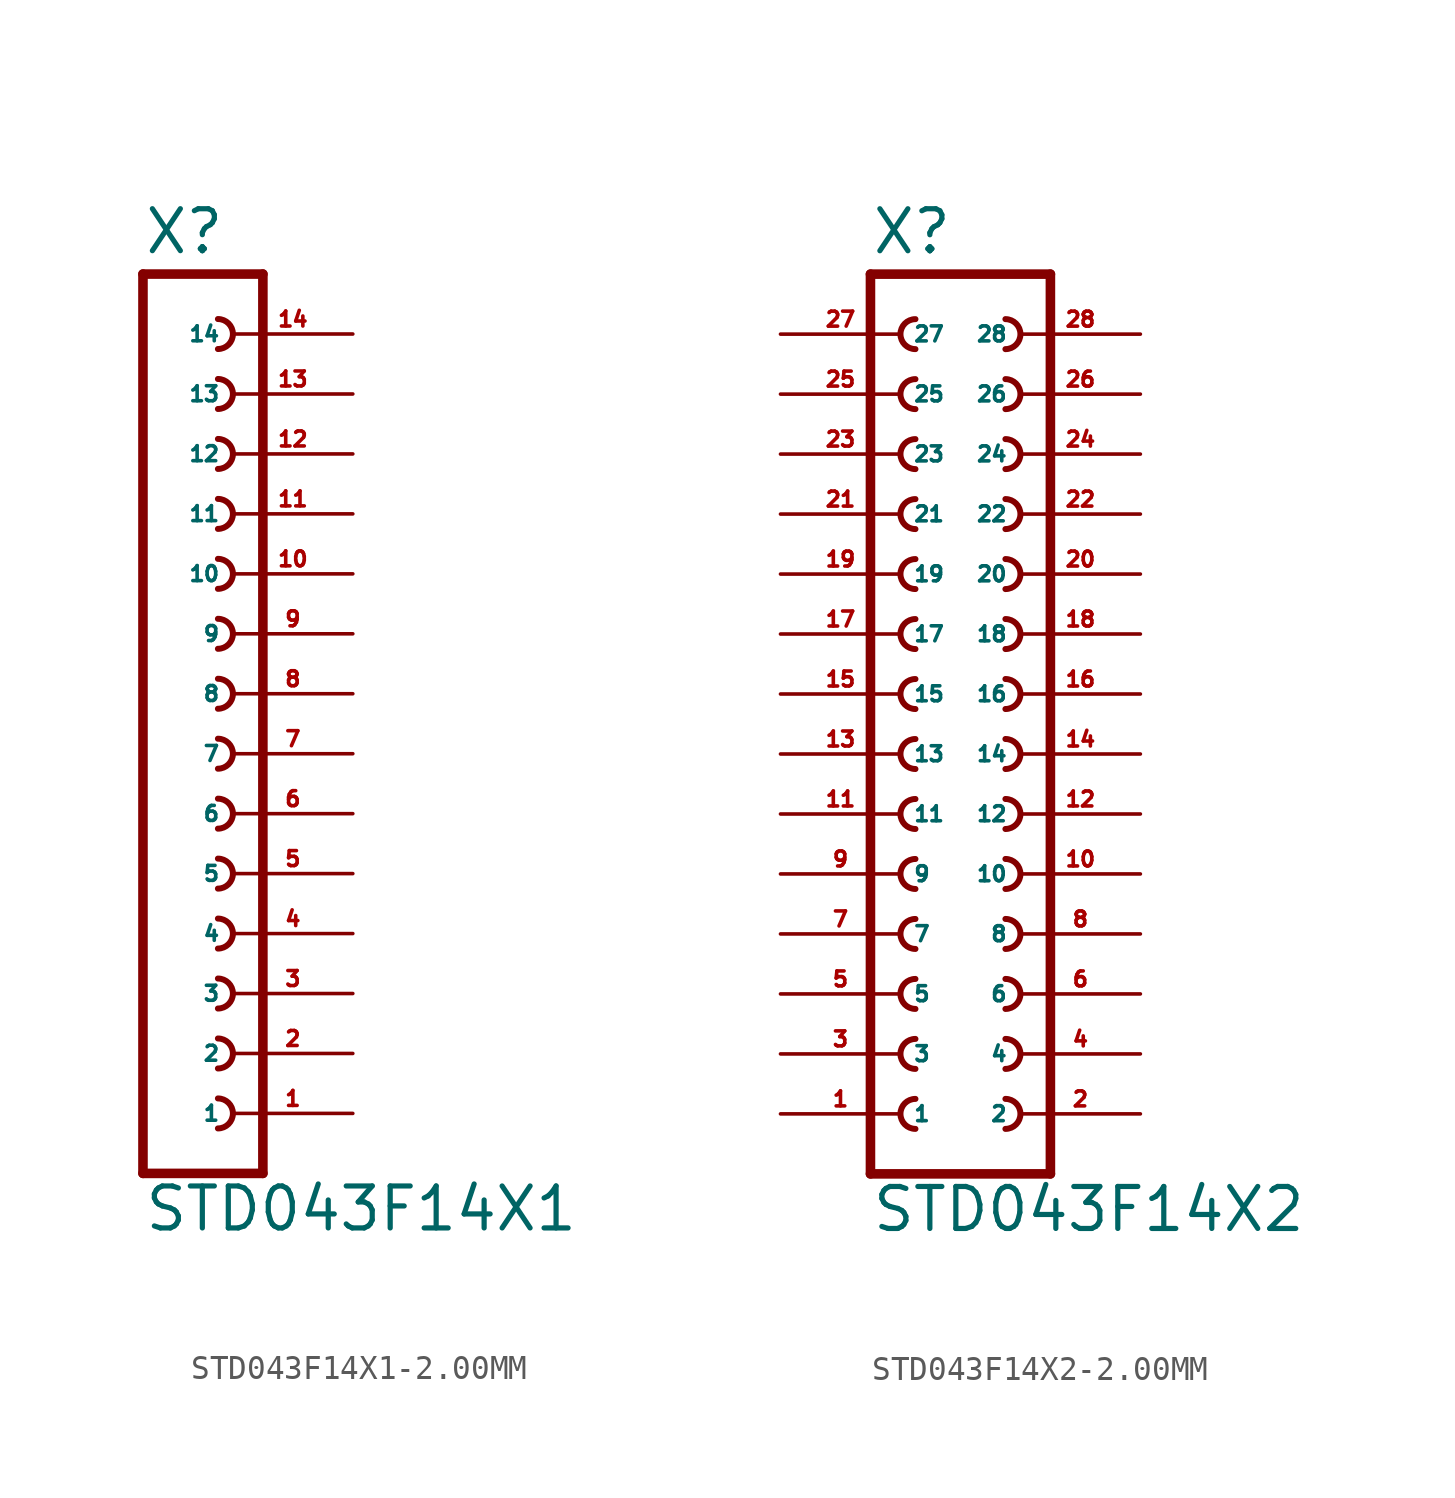
<source format=kicad_sym>
(kicad_symbol_lib
  (version 20220914)
  (generator Eagle2Kicad)
  (symbol "STD043F14X1-2.00MM"
    (property "Reference" "X"
      (at -1.27 18.542 0)
      (effects (font (size 1.778 1.778) (thickness 0.22)) (justify left bottom)))
    (property "Value" "STD043F14X1"
      (at -1.27 -22.86 0)
      (effects (font (size 1.778 1.778) (thickness 0.22)) (justify left bottom)))
    (polyline
      (pts (xy 3.81 -20.32) (xy -1.27 -20.32))
      (stroke (width 0.406) (type default))
      (fill (type none)))
    (arc
      (start 1.905 -15.875)
      (mid 2.540 -15.240)
      (end 1.905 -14.605)
      (stroke (width 0.254) (type default))
      (fill (type none)))
    (arc
      (start 1.905 -18.415)
      (mid 2.540 -17.780)
      (end 1.905 -17.145)
      (stroke (width 0.254) (type default))
      (fill (type none)))
    (arc
      (start 1.905 -8.255)
      (mid 2.540 -7.620)
      (end 1.905 -6.985)
      (stroke (width 0.254) (type default))
      (fill (type none)))
    (arc
      (start 1.905 -10.795)
      (mid 2.540 -10.160)
      (end 1.905 -9.525)
      (stroke (width 0.254) (type default))
      (fill (type none)))
    (arc
      (start 1.905 -13.335)
      (mid 2.540 -12.700)
      (end 1.905 -12.065)
      (stroke (width 0.254) (type default))
      (fill (type none)))
    (arc
      (start 1.905 -3.175)
      (mid 2.540 -2.540)
      (end 1.905 -1.905)
      (stroke (width 0.254) (type default))
      (fill (type none)))
    (arc
      (start 1.905 -5.715)
      (mid 2.540 -5.080)
      (end 1.905 -4.445)
      (stroke (width 0.254) (type default))
      (fill (type none)))
    (arc
      (start 1.905 4.445)
      (mid 2.540 5.080)
      (end 1.905 5.715)
      (stroke (width 0.254) (type default))
      (fill (type none)))
    (arc
      (start 1.905 1.905)
      (mid 2.540 2.540)
      (end 1.905 3.175)
      (stroke (width 0.254) (type default))
      (fill (type none)))
    (arc
      (start 1.905 -0.635)
      (mid 2.540 0.000)
      (end 1.905 0.635)
      (stroke (width 0.254) (type default))
      (fill (type none)))
    (arc
      (start 1.905 9.525)
      (mid 2.540 10.160)
      (end 1.905 10.795)
      (stroke (width 0.254) (type default))
      (fill (type none)))
    (arc
      (start 1.905 6.985)
      (mid 2.540 7.620)
      (end 1.905 8.255)
      (stroke (width 0.254) (type default))
      (fill (type none)))
    (arc
      (start 1.905 14.605)
      (mid 2.540 15.240)
      (end 1.905 15.875)
      (stroke (width 0.254) (type default))
      (fill (type none)))
    (arc
      (start 1.905 12.065)
      (mid 2.540 12.700)
      (end 1.905 13.335)
      (stroke (width 0.254) (type default))
      (fill (type none)))
    (polyline
      (pts (xy -1.27 17.78) (xy -1.27 -20.32))
      (stroke (width 0.406) (type default))
      (fill (type none)))
    (polyline
      (pts (xy 3.81 -20.32) (xy 3.81 17.78))
      (stroke (width 0.406) (type default))
      (fill (type none)))
    (polyline
      (pts (xy -1.27 17.78) (xy 3.81 17.78))
      (stroke (width 0.406) (type default))
      (fill (type none)))
    (pin passive line
      (at 7.62 -17.78 180)
      (length 5.08)
      (name "1" (effects (font (size 0.635 0.635) (thickness 0.08)) (justify left bottom)))
      (number "1" (effects (font (size 0.635 0.635) (thickness 0.08)) (justify left bottom))))
    (pin passive line
      (at 7.62 -15.24 180)
      (length 5.08)
      (name "2" (effects (font (size 0.635 0.635) (thickness 0.08)) (justify left bottom)))
      (number "2" (effects (font (size 0.635 0.635) (thickness 0.08)) (justify left bottom))))
    (pin passive line
      (at 7.62 -12.7 180)
      (length 5.08)
      (name "3" (effects (font (size 0.635 0.635) (thickness 0.08)) (justify left bottom)))
      (number "3" (effects (font (size 0.635 0.635) (thickness 0.08)) (justify left bottom))))
    (pin passive line
      (at 7.62 -10.16 180)
      (length 5.08)
      (name "4" (effects (font (size 0.635 0.635) (thickness 0.08)) (justify left bottom)))
      (number "4" (effects (font (size 0.635 0.635) (thickness 0.08)) (justify left bottom))))
    (pin passive line
      (at 7.62 -7.62 180)
      (length 5.08)
      (name "5" (effects (font (size 0.635 0.635) (thickness 0.08)) (justify left bottom)))
      (number "5" (effects (font (size 0.635 0.635) (thickness 0.08)) (justify left bottom))))
    (pin passive line
      (at 7.62 -5.08 180)
      (length 5.08)
      (name "6" (effects (font (size 0.635 0.635) (thickness 0.08)) (justify left bottom)))
      (number "6" (effects (font (size 0.635 0.635) (thickness 0.08)) (justify left bottom))))
    (pin passive line
      (at 7.62 -2.54 180)
      (length 5.08)
      (name "7" (effects (font (size 0.635 0.635) (thickness 0.08)) (justify left bottom)))
      (number "7" (effects (font (size 0.635 0.635) (thickness 0.08)) (justify left bottom))))
    (pin passive line
      (at 7.62 0 180)
      (length 5.08)
      (name "8" (effects (font (size 0.635 0.635) (thickness 0.08)) (justify left bottom)))
      (number "8" (effects (font (size 0.635 0.635) (thickness 0.08)) (justify left bottom))))
    (pin passive line
      (at 7.62 2.54 180)
      (length 5.08)
      (name "9" (effects (font (size 0.635 0.635) (thickness 0.08)) (justify left bottom)))
      (number "9" (effects (font (size 0.635 0.635) (thickness 0.08)) (justify left bottom))))
    (pin passive line
      (at 7.62 5.08 180)
      (length 5.08)
      (name "10" (effects (font (size 0.635 0.635) (thickness 0.08)) (justify left bottom)))
      (number "10" (effects (font (size 0.635 0.635) (thickness 0.08)) (justify left bottom))))
    (pin passive line
      (at 7.62 7.62 180)
      (length 5.08)
      (name "11" (effects (font (size 0.635 0.635) (thickness 0.08)) (justify left bottom)))
      (number "11" (effects (font (size 0.635 0.635) (thickness 0.08)) (justify left bottom))))
    (pin passive line
      (at 7.62 10.16 180)
      (length 5.08)
      (name "12" (effects (font (size 0.635 0.635) (thickness 0.08)) (justify left bottom)))
      (number "12" (effects (font (size 0.635 0.635) (thickness 0.08)) (justify left bottom))))
    (pin passive line
      (at 7.62 12.7 180)
      (length 5.08)
      (name "13" (effects (font (size 0.635 0.635) (thickness 0.08)) (justify left bottom)))
      (number "13" (effects (font (size 0.635 0.635) (thickness 0.08)) (justify left bottom))))
    (pin passive line
      (at 7.62 15.24 180)
      (length 5.08)
      (name "14" (effects (font (size 0.635 0.635) (thickness 0.08)) (justify left bottom)))
      (number "14" (effects (font (size 0.635 0.635) (thickness 0.08)) (justify left bottom)))))
  (symbol "STD043F14X2-2.00MM"
    (property "Reference" "X"
      (at -3.81 18.542 0)
      (effects (font (size 1.778 1.778) (thickness 0.22)) (justify left bottom)))
    (property "Value" "STD043F14X2"
      (at -3.81 -22.86 0)
      (effects (font (size 1.778 1.778) (thickness 0.22)) (justify left bottom)))
    (polyline
      (pts (xy 3.81 -20.32) (xy -3.81 -20.32))
      (stroke (width 0.406) (type default))
      (fill (type none)))
    (arc
      (start -1.905 -17.145)
      (mid -2.540 -17.780)
      (end -1.905 -18.415)
      (stroke (width 0.254) (type default))
      (fill (type none)))
    (arc
      (start 1.905 -18.415)
      (mid 2.540 -17.780)
      (end 1.905 -17.145)
      (stroke (width 0.254) (type default))
      (fill (type none)))
    (arc
      (start -1.905 -12.065)
      (mid -2.540 -12.700)
      (end -1.905 -13.335)
      (stroke (width 0.254) (type default))
      (fill (type none)))
    (arc
      (start -1.905 -14.605)
      (mid -2.540 -15.240)
      (end -1.905 -15.875)
      (stroke (width 0.254) (type default))
      (fill (type none)))
    (arc
      (start 1.905 -13.335)
      (mid 2.540 -12.700)
      (end 1.905 -12.065)
      (stroke (width 0.254) (type default))
      (fill (type none)))
    (arc
      (start 1.905 -15.875)
      (mid 2.540 -15.240)
      (end 1.905 -14.605)
      (stroke (width 0.254) (type default))
      (fill (type none)))
    (arc
      (start -1.905 -4.445)
      (mid -2.540 -5.080)
      (end -1.905 -5.715)
      (stroke (width 0.254) (type default))
      (fill (type none)))
    (arc
      (start -1.905 -6.985)
      (mid -2.540 -7.620)
      (end -1.905 -8.255)
      (stroke (width 0.254) (type default))
      (fill (type none)))
    (arc
      (start -1.905 -9.525)
      (mid -2.540 -10.160)
      (end -1.905 -10.795)
      (stroke (width 0.254) (type default))
      (fill (type none)))
    (arc
      (start 1.905 -5.715)
      (mid 2.540 -5.080)
      (end 1.905 -4.445)
      (stroke (width 0.254) (type default))
      (fill (type none)))
    (arc
      (start 1.905 -8.255)
      (mid 2.540 -7.620)
      (end 1.905 -6.985)
      (stroke (width 0.254) (type default))
      (fill (type none)))
    (arc
      (start 1.905 -10.795)
      (mid 2.540 -10.160)
      (end 1.905 -9.525)
      (stroke (width 0.254) (type default))
      (fill (type none)))
    (arc
      (start -1.905 0.635)
      (mid -2.540 0.000)
      (end -1.905 -0.635)
      (stroke (width 0.254) (type default))
      (fill (type none)))
    (arc
      (start -1.905 -1.905)
      (mid -2.540 -2.540)
      (end -1.905 -3.175)
      (stroke (width 0.254) (type default))
      (fill (type none)))
    (arc
      (start 1.905 -0.635)
      (mid 2.540 0.000)
      (end 1.905 0.635)
      (stroke (width 0.254) (type default))
      (fill (type none)))
    (arc
      (start 1.905 -3.175)
      (mid 2.540 -2.540)
      (end 1.905 -1.905)
      (stroke (width 0.254) (type default))
      (fill (type none)))
    (arc
      (start -1.905 8.255)
      (mid -2.540 7.620)
      (end -1.905 6.985)
      (stroke (width 0.254) (type default))
      (fill (type none)))
    (arc
      (start -1.905 5.715)
      (mid -2.540 5.080)
      (end -1.905 4.445)
      (stroke (width 0.254) (type default))
      (fill (type none)))
    (arc
      (start -1.905 3.175)
      (mid -2.540 2.540)
      (end -1.905 1.905)
      (stroke (width 0.254) (type default))
      (fill (type none)))
    (arc
      (start 1.905 6.985)
      (mid 2.540 7.620)
      (end 1.905 8.255)
      (stroke (width 0.254) (type default))
      (fill (type none)))
    (arc
      (start 1.905 4.445)
      (mid 2.540 5.080)
      (end 1.905 5.715)
      (stroke (width 0.254) (type default))
      (fill (type none)))
    (arc
      (start 1.905 1.905)
      (mid 2.540 2.540)
      (end 1.905 3.175)
      (stroke (width 0.254) (type default))
      (fill (type none)))
    (arc
      (start -1.905 13.335)
      (mid -2.540 12.700)
      (end -1.905 12.065)
      (stroke (width 0.254) (type default))
      (fill (type none)))
    (arc
      (start -1.905 10.795)
      (mid -2.540 10.160)
      (end -1.905 9.525)
      (stroke (width 0.254) (type default))
      (fill (type none)))
    (arc
      (start 1.905 12.065)
      (mid 2.540 12.700)
      (end 1.905 13.335)
      (stroke (width 0.254) (type default))
      (fill (type none)))
    (arc
      (start 1.905 9.525)
      (mid 2.540 10.160)
      (end 1.905 10.795)
      (stroke (width 0.254) (type default))
      (fill (type none)))
    (arc
      (start -1.905 15.875)
      (mid -2.540 15.240)
      (end -1.905 14.605)
      (stroke (width 0.254) (type default))
      (fill (type none)))
    (arc
      (start 1.905 14.605)
      (mid 2.540 15.240)
      (end 1.905 15.875)
      (stroke (width 0.254) (type default))
      (fill (type none)))
    (polyline
      (pts (xy -3.81 17.78) (xy -3.81 -20.32))
      (stroke (width 0.406) (type default))
      (fill (type none)))
    (polyline
      (pts (xy 3.81 -20.32) (xy 3.81 17.78))
      (stroke (width 0.406) (type default))
      (fill (type none)))
    (polyline
      (pts (xy -3.81 17.78) (xy 3.81 17.78))
      (stroke (width 0.406) (type default))
      (fill (type none)))
    (pin passive line
      (at -7.62 -17.78 0)
      (length 5.08)
      (name "1" (effects (font (size 0.635 0.635) (thickness 0.08)) (justify left bottom)))
      (number "1" (effects (font (size 0.635 0.635) (thickness 0.08)) (justify left bottom))))
    (pin passive line
      (at 7.62 -17.78 180)
      (length 5.08)
      (name "2" (effects (font (size 0.635 0.635) (thickness 0.08)) (justify left bottom)))
      (number "2" (effects (font (size 0.635 0.635) (thickness 0.08)) (justify left bottom))))
    (pin passive line
      (at -7.62 -15.24 0)
      (length 5.08)
      (name "3" (effects (font (size 0.635 0.635) (thickness 0.08)) (justify left bottom)))
      (number "3" (effects (font (size 0.635 0.635) (thickness 0.08)) (justify left bottom))))
    (pin passive line
      (at 7.62 -15.24 180)
      (length 5.08)
      (name "4" (effects (font (size 0.635 0.635) (thickness 0.08)) (justify left bottom)))
      (number "4" (effects (font (size 0.635 0.635) (thickness 0.08)) (justify left bottom))))
    (pin passive line
      (at -7.62 -12.7 0)
      (length 5.08)
      (name "5" (effects (font (size 0.635 0.635) (thickness 0.08)) (justify left bottom)))
      (number "5" (effects (font (size 0.635 0.635) (thickness 0.08)) (justify left bottom))))
    (pin passive line
      (at 7.62 -12.7 180)
      (length 5.08)
      (name "6" (effects (font (size 0.635 0.635) (thickness 0.08)) (justify left bottom)))
      (number "6" (effects (font (size 0.635 0.635) (thickness 0.08)) (justify left bottom))))
    (pin passive line
      (at -7.62 -10.16 0)
      (length 5.08)
      (name "7" (effects (font (size 0.635 0.635) (thickness 0.08)) (justify left bottom)))
      (number "7" (effects (font (size 0.635 0.635) (thickness 0.08)) (justify left bottom))))
    (pin passive line
      (at 7.62 -10.16 180)
      (length 5.08)
      (name "8" (effects (font (size 0.635 0.635) (thickness 0.08)) (justify left bottom)))
      (number "8" (effects (font (size 0.635 0.635) (thickness 0.08)) (justify left bottom))))
    (pin passive line
      (at -7.62 -7.62 0)
      (length 5.08)
      (name "9" (effects (font (size 0.635 0.635) (thickness 0.08)) (justify left bottom)))
      (number "9" (effects (font (size 0.635 0.635) (thickness 0.08)) (justify left bottom))))
    (pin passive line
      (at 7.62 -7.62 180)
      (length 5.08)
      (name "10" (effects (font (size 0.635 0.635) (thickness 0.08)) (justify left bottom)))
      (number "10" (effects (font (size 0.635 0.635) (thickness 0.08)) (justify left bottom))))
    (pin passive line
      (at -7.62 -5.08 0)
      (length 5.08)
      (name "11" (effects (font (size 0.635 0.635) (thickness 0.08)) (justify left bottom)))
      (number "11" (effects (font (size 0.635 0.635) (thickness 0.08)) (justify left bottom))))
    (pin passive line
      (at 7.62 -5.08 180)
      (length 5.08)
      (name "12" (effects (font (size 0.635 0.635) (thickness 0.08)) (justify left bottom)))
      (number "12" (effects (font (size 0.635 0.635) (thickness 0.08)) (justify left bottom))))
    (pin passive line
      (at -7.62 -2.54 0)
      (length 5.08)
      (name "13" (effects (font (size 0.635 0.635) (thickness 0.08)) (justify left bottom)))
      (number "13" (effects (font (size 0.635 0.635) (thickness 0.08)) (justify left bottom))))
    (pin passive line
      (at 7.62 -2.54 180)
      (length 5.08)
      (name "14" (effects (font (size 0.635 0.635) (thickness 0.08)) (justify left bottom)))
      (number "14" (effects (font (size 0.635 0.635) (thickness 0.08)) (justify left bottom))))
    (pin passive line
      (at -7.62 0 0)
      (length 5.08)
      (name "15" (effects (font (size 0.635 0.635) (thickness 0.08)) (justify left bottom)))
      (number "15" (effects (font (size 0.635 0.635) (thickness 0.08)) (justify left bottom))))
    (pin passive line
      (at 7.62 0 180)
      (length 5.08)
      (name "16" (effects (font (size 0.635 0.635) (thickness 0.08)) (justify left bottom)))
      (number "16" (effects (font (size 0.635 0.635) (thickness 0.08)) (justify left bottom))))
    (pin passive line
      (at -7.62 2.54 0)
      (length 5.08)
      (name "17" (effects (font (size 0.635 0.635) (thickness 0.08)) (justify left bottom)))
      (number "17" (effects (font (size 0.635 0.635) (thickness 0.08)) (justify left bottom))))
    (pin passive line
      (at 7.62 2.54 180)
      (length 5.08)
      (name "18" (effects (font (size 0.635 0.635) (thickness 0.08)) (justify left bottom)))
      (number "18" (effects (font (size 0.635 0.635) (thickness 0.08)) (justify left bottom))))
    (pin passive line
      (at -7.62 5.08 0)
      (length 5.08)
      (name "19" (effects (font (size 0.635 0.635) (thickness 0.08)) (justify left bottom)))
      (number "19" (effects (font (size 0.635 0.635) (thickness 0.08)) (justify left bottom))))
    (pin passive line
      (at 7.62 5.08 180)
      (length 5.08)
      (name "20" (effects (font (size 0.635 0.635) (thickness 0.08)) (justify left bottom)))
      (number "20" (effects (font (size 0.635 0.635) (thickness 0.08)) (justify left bottom))))
    (pin passive line
      (at -7.62 7.62 0)
      (length 5.08)
      (name "21" (effects (font (size 0.635 0.635) (thickness 0.08)) (justify left bottom)))
      (number "21" (effects (font (size 0.635 0.635) (thickness 0.08)) (justify left bottom))))
    (pin passive line
      (at 7.62 7.62 180)
      (length 5.08)
      (name "22" (effects (font (size 0.635 0.635) (thickness 0.08)) (justify left bottom)))
      (number "22" (effects (font (size 0.635 0.635) (thickness 0.08)) (justify left bottom))))
    (pin passive line
      (at -7.62 10.16 0)
      (length 5.08)
      (name "23" (effects (font (size 0.635 0.635) (thickness 0.08)) (justify left bottom)))
      (number "23" (effects (font (size 0.635 0.635) (thickness 0.08)) (justify left bottom))))
    (pin passive line
      (at 7.62 10.16 180)
      (length 5.08)
      (name "24" (effects (font (size 0.635 0.635) (thickness 0.08)) (justify left bottom)))
      (number "24" (effects (font (size 0.635 0.635) (thickness 0.08)) (justify left bottom))))
    (pin passive line
      (at -7.62 12.7 0)
      (length 5.08)
      (name "25" (effects (font (size 0.635 0.635) (thickness 0.08)) (justify left bottom)))
      (number "25" (effects (font (size 0.635 0.635) (thickness 0.08)) (justify left bottom))))
    (pin passive line
      (at 7.62 12.7 180)
      (length 5.08)
      (name "26" (effects (font (size 0.635 0.635) (thickness 0.08)) (justify left bottom)))
      (number "26" (effects (font (size 0.635 0.635) (thickness 0.08)) (justify left bottom))))
    (pin passive line
      (at -7.62 15.24 0)
      (length 5.08)
      (name "27" (effects (font (size 0.635 0.635) (thickness 0.08)) (justify left bottom)))
      (number "27" (effects (font (size 0.635 0.635) (thickness 0.08)) (justify left bottom))))
    (pin passive line
      (at 7.62 15.24 180)
      (length 5.08)
      (name "28" (effects (font (size 0.635 0.635) (thickness 0.08)) (justify left bottom)))
      (number "28" (effects (font (size 0.635 0.635) (thickness 0.08)) (justify left bottom))))))
</source>
